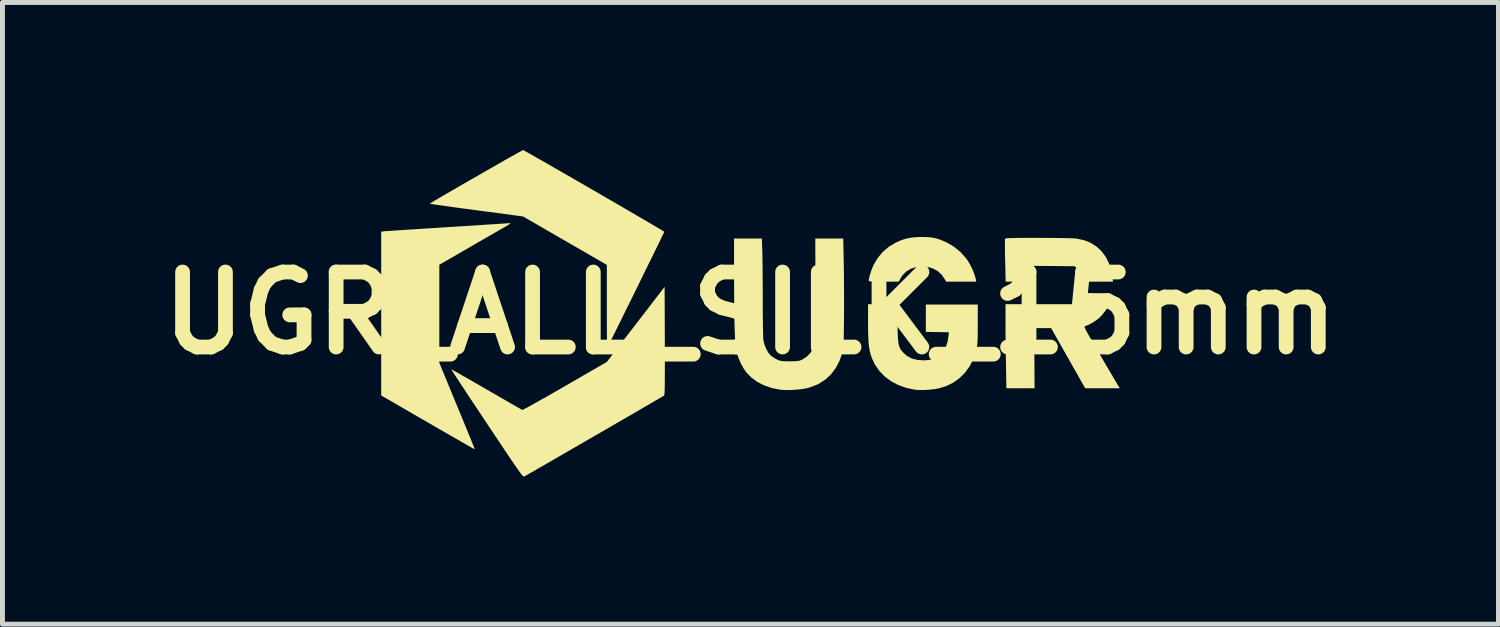
<source format=kicad_pcb>
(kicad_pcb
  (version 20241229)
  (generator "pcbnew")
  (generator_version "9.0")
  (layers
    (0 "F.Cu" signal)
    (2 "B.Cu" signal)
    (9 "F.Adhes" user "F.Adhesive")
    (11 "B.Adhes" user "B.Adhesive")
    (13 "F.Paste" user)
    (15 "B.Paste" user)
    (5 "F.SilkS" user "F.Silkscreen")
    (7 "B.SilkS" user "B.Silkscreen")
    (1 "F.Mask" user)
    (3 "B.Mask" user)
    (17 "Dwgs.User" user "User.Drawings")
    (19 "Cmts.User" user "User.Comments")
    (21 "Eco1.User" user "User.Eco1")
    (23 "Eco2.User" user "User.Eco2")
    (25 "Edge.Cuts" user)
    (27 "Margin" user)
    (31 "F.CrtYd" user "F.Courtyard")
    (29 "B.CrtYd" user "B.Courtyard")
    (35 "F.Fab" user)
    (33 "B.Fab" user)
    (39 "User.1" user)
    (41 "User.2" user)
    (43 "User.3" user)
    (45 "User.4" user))
  (footprint "UGR_ALL_SILK_15mm"
    (layer "F.Cu")
    (at 12.199 3.312)
    (property "Reference" "UGR_ALL_SILK_15mm" (at 0 0 0) (layer "F.SilkS") (effects (font (size 1.524 1.524) (thickness 0.3))))
    (attr board_only exclude_from_pos_files exclude_from_bom)
    (fp_poly (pts (xy 5.992 -1.528) (xy 6.13 -1.527) (xy 6.258 -1.526) (xy 6.372 -1.524) (xy 6.47 -1.522) (xy 6.548 -1.519) (xy 6.604 -1.516) (xy 6.626 -1.514) (xy 6.777 -1.482) (xy 6.914 -1.428) (xy 7.034 -1.351) (xy 7.137 -1.254) (xy 7.223 -1.137) (xy 7.289 -1.001) (xy 7.336 -0.848) (xy 7.357 -0.719) (xy 7.366 -0.639) (xy 6.767 -0.639) (xy 6.759 -0.692) (xy 6.735 -0.773) (xy 6.692 -0.848) (xy 6.637 -0.908) (xy 6.637 -0.909) (xy 6.584 -0.952) (xy 5.753 -0.96) (xy 5.753 -0.639) (xy 5.186 -0.639) (xy 5.176 -1.062) (xy 5.173 -1.169) (xy 5.172 -1.267) (xy 5.171 -1.353) (xy 5.171 -1.423) (xy 5.172 -1.475) (xy 5.173 -1.503) (xy 5.174 -1.507) (xy 5.178 -1.512) (xy 5.189 -1.516) (xy 5.208 -1.52) (xy 5.238 -1.522) (xy 5.282 -1.524) (xy 5.34 -1.526) (xy 5.417 -1.527) (xy 5.513 -1.528) (xy 5.631 -1.528) (xy 5.774 -1.528) (xy 5.846 -1.528)) (stroke (width 0) (type solid)) (fill yes) (layer "F.SilkS"))
    (fp_poly (pts (xy 3.589 -1.544) (xy 3.686 -1.536) (xy 3.773 -1.518) (xy 3.861 -1.49) (xy 3.957 -1.449) (xy 3.996 -1.431) (xy 4.139 -1.347) (xy 4.269 -1.24) (xy 4.381 -1.113) (xy 4.417 -1.063) (xy 4.463 -0.986) (xy 4.507 -0.898) (xy 4.544 -0.808) (xy 4.57 -0.727) (xy 4.579 -0.691) (xy 4.588 -0.639) (xy 3.975 -0.639) (xy 3.951 -0.684) (xy 3.888 -0.778) (xy 3.805 -0.853) (xy 3.707 -0.907) (xy 3.594 -0.939) (xy 3.493 -0.947) (xy 3.37 -0.936) (xy 3.261 -0.902) (xy 3.168 -0.847) (xy 3.092 -0.77) (xy 3.055 -0.715) (xy 3.013 -0.639) (xy 2.708 -0.639) (xy 2.609 -0.639) (xy 2.533 -0.64) (xy 2.479 -0.641) (xy 2.442 -0.644) (xy 2.42 -0.647) (xy 2.408 -0.653) (xy 2.404 -0.66) (xy 2.404 -0.664) (xy 2.409 -0.701) (xy 2.422 -0.756) (xy 2.442 -0.82) (xy 2.465 -0.887) (xy 2.489 -0.948) (xy 2.502 -0.978) (xy 2.587 -1.121) (xy 2.691 -1.245) (xy 2.814 -1.35) (xy 2.953 -1.432) (xy 3.06 -1.48) (xy 3.163 -1.513) (xy 3.27 -1.534) (xy 3.391 -1.545) (xy 3.474 -1.546)) (stroke (width 0) (type solid)) (fill yes) (layer "F.SilkS"))
    (fp_poly (pts (xy 6.4 -0.18) (xy 6.56 -0.18) (xy 6.709 -0.179) (xy 6.845 -0.179) (xy 6.967 -0.178) (xy 7.072 -0.176) (xy 7.158 -0.175) (xy 7.223 -0.174) (xy 7.265 -0.172) (xy 7.281 -0.17) (xy 7.281 -0.17) (xy 7.272 -0.144) (xy 7.249 -0.102) (xy 7.215 -0.052) (xy 7.176 0.001) (xy 7.134 0.05) (xy 7.109 0.078) (xy 7.035 0.14) (xy 6.946 0.198) (xy 6.852 0.246) (xy 6.792 0.269) (xy 6.789 0.274) (xy 6.791 0.288) (xy 6.801 0.312) (xy 6.818 0.349) (xy 6.845 0.398) (xy 6.881 0.464) (xy 6.928 0.546) (xy 6.987 0.648) (xy 7.059 0.771) (xy 7.109 0.857) (xy 7.178 0.975) (xy 7.243 1.086) (xy 7.304 1.189) (xy 7.357 1.28) (xy 7.403 1.358) (xy 7.44 1.419) (xy 7.465 1.462) (xy 7.478 1.483) (xy 7.478 1.483) (xy 7.506 1.528) (xy 7.154 1.528) (xy 6.802 1.528) (xy 6.456 0.917) (xy 6.11 0.306) (xy 5.766 0.306) (xy 5.77 0.917) (xy 5.773 1.528) (xy 5.201 1.528) (xy 5.192 1.026) (xy 5.19 0.89) (xy 5.188 0.745) (xy 5.186 0.598) (xy 5.184 0.456) (xy 5.183 0.325) (xy 5.183 0.212) (xy 5.183 0.171) (xy 5.183 -0.181) (xy 6.232 -0.181)) (stroke (width 0) (type solid)) (fill yes) (layer "F.SilkS"))
    (fp_poly (pts (xy 2.685 -0.177) (xy 2.98 -0.174) (xy 2.988 0.215) (xy 2.991 0.343) (xy 2.994 0.446) (xy 2.999 0.528) (xy 3.005 0.593) (xy 3.014 0.645) (xy 3.026 0.686) (xy 3.043 0.721) (xy 3.063 0.753) (xy 3.09 0.785) (xy 3.101 0.799) (xy 3.182 0.871) (xy 3.278 0.922) (xy 3.392 0.951) (xy 3.522 0.961) (xy 3.647 0.95) (xy 3.755 0.918) (xy 3.844 0.864) (xy 3.916 0.789) (xy 3.97 0.693) (xy 4.007 0.575) (xy 4.023 0.476) (xy 4.032 0.39) (xy 3.564 0.382) (xy 3.564 -0.174) (xy 4.62 -0.174) (xy 4.619 0.229) (xy 4.619 0.348) (xy 4.618 0.444) (xy 4.617 0.519) (xy 4.614 0.579) (xy 4.611 0.627) (xy 4.606 0.668) (xy 4.6 0.705) (xy 4.591 0.743) (xy 4.588 0.757) (xy 4.533 0.925) (xy 4.458 1.075) (xy 4.362 1.208) (xy 4.249 1.322) (xy 4.118 1.415) (xy 3.971 1.486) (xy 3.835 1.528) (xy 3.742 1.545) (xy 3.635 1.557) (xy 3.525 1.563) (xy 3.421 1.563) (xy 3.338 1.556) (xy 3.163 1.519) (xy 3.001 1.461) (xy 2.855 1.383) (xy 2.726 1.286) (xy 2.616 1.171) (xy 2.526 1.04) (xy 2.465 0.908) (xy 2.444 0.846) (xy 2.427 0.783) (xy 2.414 0.715) (xy 2.404 0.639) (xy 2.397 0.549) (xy 2.393 0.442) (xy 2.39 0.314) (xy 2.39 0.199) (xy 2.39 -0.181)) (stroke (width 0) (type solid)) (fill yes) (layer "F.SilkS"))
    (fp_poly (pts (xy -4.878 -1.824) (xy -4.878 -1.823) (xy -4.889 -1.813) (xy -4.92 -1.792) (xy -4.966 -1.764) (xy -5.023 -1.731) (xy -5.027 -1.729) (xy -5.07 -1.705) (xy -5.134 -1.668) (xy -5.215 -1.621) (xy -5.311 -1.566) (xy -5.418 -1.504) (xy -5.534 -1.438) (xy -5.653 -1.369) (xy -5.749 -1.313) (xy -6.322 -0.982) (xy -6.322 1.01) (xy -5.988 1.821) (xy -5.914 2) (xy -5.85 2.154) (xy -5.796 2.286) (xy -5.75 2.398) (xy -5.712 2.491) (xy -5.681 2.567) (xy -5.656 2.627) (xy -5.637 2.674) (xy -5.624 2.709) (xy -5.614 2.733) (xy -5.609 2.75) (xy -5.606 2.759) (xy -5.606 2.764) (xy -5.607 2.765) (xy -5.609 2.764) (xy -5.61 2.764) (xy -5.624 2.757) (xy -5.659 2.737) (xy -5.715 2.706) (xy -5.79 2.663) (xy -5.881 2.611) (xy -5.986 2.55) (xy -6.105 2.482) (xy -6.235 2.407) (xy -6.375 2.327) (xy -6.521 2.242) (xy -6.562 2.219) (xy -7.503 1.674) (xy -7.503 0.011) (xy -7.503 -1.653) (xy -7.472 -1.659) (xy -7.454 -1.661) (xy -7.41 -1.665) (xy -7.342 -1.669) (xy -7.253 -1.675) (xy -7.144 -1.683) (xy -7.018 -1.691) (xy -6.876 -1.7) (xy -6.72 -1.71) (xy -6.553 -1.721) (xy -6.377 -1.732) (xy -6.204 -1.743) (xy -6.02 -1.755) (xy -5.844 -1.766) (xy -5.677 -1.776) (xy -5.521 -1.786) (xy -5.378 -1.796) (xy -5.251 -1.804) (xy -5.142 -1.811) (xy -5.052 -1.817) (xy -4.984 -1.822) (xy -4.94 -1.825) (xy -4.922 -1.826) (xy -4.892 -1.828)) (stroke (width 0) (type solid)) (fill yes) (layer "F.SilkS"))
    (fp_poly (pts (xy -4.605 -3.305) (xy -4.568 -3.285) (xy -4.511 -3.253) (xy -4.436 -3.211) (xy -4.343 -3.158) (xy -4.236 -3.097) (xy -4.116 -3.029) (xy -3.985 -2.953) (xy -3.844 -2.872) (xy -3.696 -2.787) (xy -3.542 -2.698) (xy -3.384 -2.607) (xy -3.223 -2.514) (xy -3.062 -2.421) (xy -2.903 -2.328) (xy -2.746 -2.238) (xy -2.595 -2.15) (xy -2.451 -2.066) (xy -2.315 -1.986) (xy -2.189 -1.913) (xy -2.076 -1.847) (xy -1.976 -1.788) (xy -1.893 -1.739) (xy -1.827 -1.7) (xy -1.78 -1.672) (xy -1.755 -1.656) (xy -1.751 -1.652) (xy -1.757 -1.639) (xy -1.774 -1.602) (xy -1.802 -1.545) (xy -1.838 -1.47) (xy -1.883 -1.378) (xy -1.935 -1.271) (xy -1.993 -1.152) (xy -2.057 -1.023) (xy -2.124 -0.886) (xy -2.194 -0.743) (xy -2.266 -0.596) (xy -2.339 -0.448) (xy -2.412 -0.299) (xy -2.484 -0.154) (xy -2.554 -0.012) (xy -2.62 0.122) (xy -2.682 0.248) (xy -2.739 0.363) (xy -2.79 0.465) (xy -2.833 0.552) (xy -2.868 0.621) (xy -2.893 0.672) (xy -2.908 0.701) (xy -2.912 0.707) (xy -2.913 0.695) (xy -2.914 0.657) (xy -2.915 0.596) (xy -2.916 0.514) (xy -2.917 0.415) (xy -2.917 0.299) (xy -2.918 0.169) (xy -2.918 0.028) (xy -2.918 -0.122) (xy -2.918 -0.133) (xy -2.918 -0.98) (xy -3.769 -1.471) (xy -4.62 -1.963) (xy -5.568 -2.09) (xy -5.727 -2.111) (xy -5.878 -2.131) (xy -6.018 -2.15) (xy -6.145 -2.168) (xy -6.257 -2.184) (xy -6.352 -2.197) (xy -6.427 -2.208) (xy -6.481 -2.217) (xy -6.511 -2.222) (xy -6.516 -2.223) (xy -6.505 -2.232) (xy -6.471 -2.252) (xy -6.418 -2.284) (xy -6.347 -2.326) (xy -6.26 -2.377) (xy -6.161 -2.434) (xy -6.051 -2.498) (xy -5.933 -2.567) (xy -5.808 -2.639) (xy -5.679 -2.713) (xy -5.548 -2.788) (xy -5.417 -2.863) (xy -5.289 -2.937) (xy -5.166 -3.007) (xy -5.05 -3.073) (xy -4.943 -3.134) (xy -4.848 -3.187) (xy -4.766 -3.233) (xy -4.7 -3.27) (xy -4.652 -3.296) (xy -4.625 -3.31) (xy -4.619 -3.312)) (stroke (width 0) (type solid)) (fill yes) (layer "F.SilkS"))
    (fp_poly (pts (xy -1.74 0.563) (xy -1.74 0.772) (xy -1.739 0.954) (xy -1.739 1.112) (xy -1.74 1.246) (xy -1.74 1.36) (xy -1.741 1.453) (xy -1.742 1.527) (xy -1.744 1.585) (xy -1.746 1.627) (xy -1.749 1.655) (xy -1.752 1.671) (xy -1.754 1.675) (xy -1.768 1.684) (xy -1.803 1.705) (xy -1.859 1.738) (xy -1.934 1.781) (xy -2.025 1.834) (xy -2.132 1.896) (xy -2.251 1.966) (xy -2.382 2.042) (xy -2.523 2.123) (xy -2.671 2.209) (xy -2.825 2.298) (xy -2.983 2.39) (xy -3.143 2.482) (xy -3.303 2.575) (xy -3.462 2.667) (xy -3.618 2.757) (xy -3.769 2.844) (xy -3.912 2.927) (xy -4.048 3.005) (xy -4.172 3.077) (xy -4.284 3.141) (xy -4.382 3.198) (xy -4.464 3.245) (xy -4.528 3.281) (xy -4.572 3.306) (xy -4.595 3.319) (xy -4.596 3.319) (xy -4.601 3.321) (xy -4.608 3.321) (xy -4.616 3.316) (xy -4.628 3.306) (xy -4.643 3.289) (xy -4.662 3.265) (xy -4.688 3.231) (xy -4.72 3.186) (xy -4.76 3.129) (xy -4.808 3.059) (xy -4.866 2.974) (xy -4.934 2.873) (xy -5.014 2.754) (xy -5.106 2.616) (xy -5.211 2.459) (xy -5.33 2.28) (xy -5.356 2.242) (xy -5.46 2.085) (xy -5.56 1.934) (xy -5.655 1.792) (xy -5.742 1.66) (xy -5.822 1.539) (xy -5.893 1.431) (xy -5.954 1.338) (xy -6.005 1.261) (xy -6.043 1.202) (xy -6.068 1.163) (xy -6.08 1.144) (xy -6.08 1.143) (xy -6.068 1.149) (xy -6.033 1.167) (xy -5.979 1.197) (xy -5.907 1.238) (xy -5.819 1.288) (xy -5.718 1.345) (xy -5.606 1.41) (xy -5.484 1.48) (xy -5.364 1.549) (xy -5.235 1.624) (xy -5.113 1.694) (xy -5.001 1.759) (xy -4.899 1.818) (xy -4.811 1.868) (xy -4.738 1.91) (xy -4.683 1.941) (xy -4.648 1.961) (xy -4.636 1.967) (xy -4.621 1.962) (xy -4.584 1.943) (xy -4.527 1.913) (xy -4.452 1.872) (xy -4.361 1.821) (xy -4.256 1.762) (xy -4.138 1.696) (xy -4.01 1.623) (xy -3.874 1.545) (xy -3.768 1.483) (xy -2.918 0.992) (xy -1.744 -0.534)) (stroke (width 0) (type solid)) (fill yes) (layer "F.SilkS"))
    (fp_poly (pts (xy 0.241 -1.254) (xy 0.243 -1.188) (xy 0.244 -1.097) (xy 0.246 -0.987) (xy 0.247 -0.861) (xy 0.248 -0.723) (xy 0.249 -0.577) (xy 0.25 -0.426) (xy 0.25 -0.276) (xy 0.25 -0.264) (xy 0.25 -0.106) (xy 0.251 0.041) (xy 0.253 0.175) (xy 0.254 0.293) (xy 0.257 0.393) (xy 0.259 0.472) (xy 0.262 0.528) (xy 0.264 0.556) (xy 0.286 0.643) (xy 0.32 0.728) (xy 0.363 0.804) (xy 0.41 0.86) (xy 0.413 0.862) (xy 0.456 0.894) (xy 0.509 0.927) (xy 0.541 0.943) (xy 0.576 0.959) (xy 0.607 0.969) (xy 0.643 0.975) (xy 0.689 0.978) (xy 0.752 0.979) (xy 0.799 0.98) (xy 0.874 0.979) (xy 0.929 0.977) (xy 0.969 0.973) (xy 1.001 0.966) (xy 1.032 0.954) (xy 1.059 0.941) (xy 1.151 0.88) (xy 1.226 0.8) (xy 1.281 0.703) (xy 1.294 0.67) (xy 1.325 0.577) (xy 1.321 -0.469) (xy 1.318 -1.515) (xy 1.886 -1.515) (xy 1.896 -1.011) (xy 1.898 -0.878) (xy 1.9 -0.724) (xy 1.901 -0.557) (xy 1.902 -0.383) (xy 1.902 -0.209) (xy 1.902 -0.043) (xy 1.901 0.097) (xy 1.899 0.244) (xy 1.898 0.366) (xy 1.896 0.465) (xy 1.895 0.546) (xy 1.892 0.611) (xy 1.89 0.662) (xy 1.886 0.703) (xy 1.882 0.737) (xy 1.876 0.766) (xy 1.87 0.794) (xy 1.865 0.813) (xy 1.809 0.972) (xy 1.734 1.115) (xy 1.641 1.24) (xy 1.531 1.344) (xy 1.407 1.426) (xy 1.376 1.443) (xy 1.305 1.473) (xy 1.225 1.502) (xy 1.152 1.525) (xy 1.139 1.528) (xy 1.05 1.544) (xy 0.943 1.556) (xy 0.83 1.563) (xy 0.721 1.564) (xy 0.626 1.559) (xy 0.61 1.557) (xy 0.439 1.524) (xy 0.282 1.471) (xy 0.141 1.399) (xy 0.018 1.309) (xy -0.08 1.209) (xy -0.14 1.124) (xy -0.196 1.021) (xy -0.244 0.908) (xy -0.279 0.799) (xy -0.289 0.755) (xy -0.297 0.698) (xy -0.304 0.627) (xy -0.311 0.54) (xy -0.316 0.436) (xy -0.321 0.313) (xy -0.325 0.17) (xy -0.328 0.006) (xy -0.33 -0.181) (xy -0.331 -0.392) (xy -0.332 -0.629) (xy -0.333 -0.761) (xy -0.333 -1.515) (xy 0.232 -1.515)) (stroke (width 0) (type solid)) (fill yes) (layer "F.SilkS")))
  (gr_rect
    (start -3 -3)
    (end 27.399 9.633)
    (stroke (width 0.1) (type default))
    (fill no)
    (layer "Edge.Cuts")))
</source>
